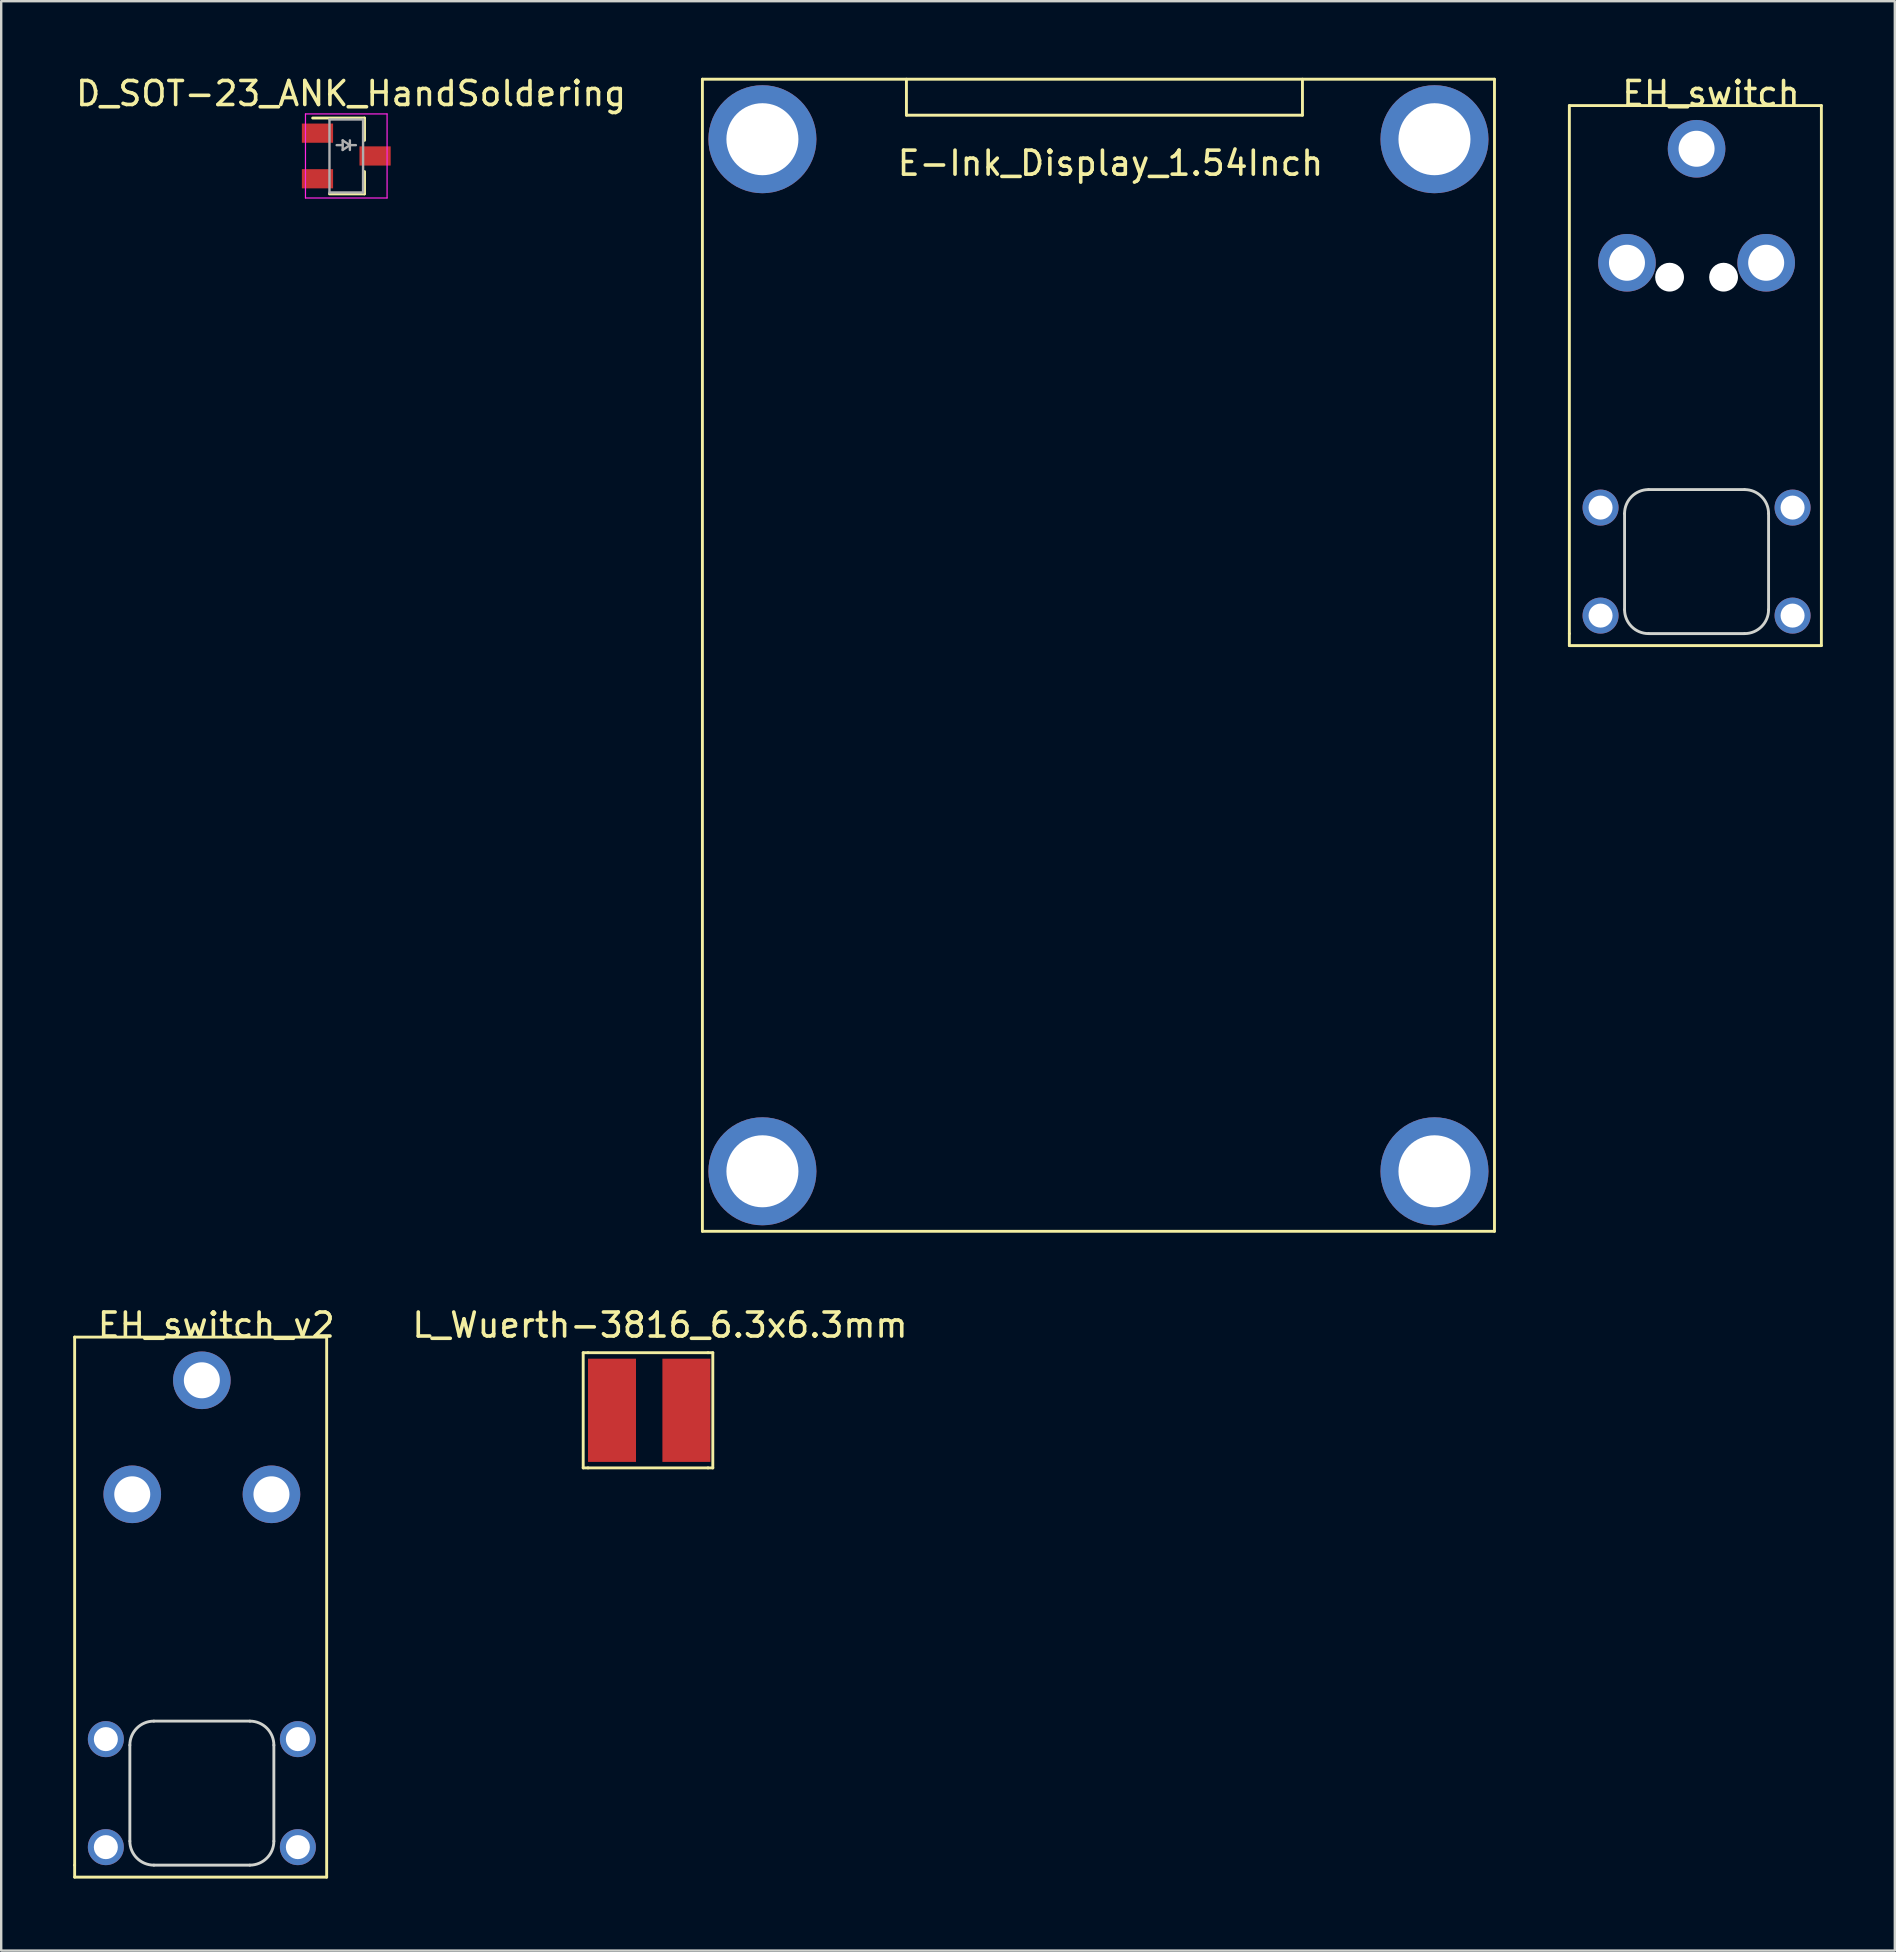
<source format=kicad_pcb>
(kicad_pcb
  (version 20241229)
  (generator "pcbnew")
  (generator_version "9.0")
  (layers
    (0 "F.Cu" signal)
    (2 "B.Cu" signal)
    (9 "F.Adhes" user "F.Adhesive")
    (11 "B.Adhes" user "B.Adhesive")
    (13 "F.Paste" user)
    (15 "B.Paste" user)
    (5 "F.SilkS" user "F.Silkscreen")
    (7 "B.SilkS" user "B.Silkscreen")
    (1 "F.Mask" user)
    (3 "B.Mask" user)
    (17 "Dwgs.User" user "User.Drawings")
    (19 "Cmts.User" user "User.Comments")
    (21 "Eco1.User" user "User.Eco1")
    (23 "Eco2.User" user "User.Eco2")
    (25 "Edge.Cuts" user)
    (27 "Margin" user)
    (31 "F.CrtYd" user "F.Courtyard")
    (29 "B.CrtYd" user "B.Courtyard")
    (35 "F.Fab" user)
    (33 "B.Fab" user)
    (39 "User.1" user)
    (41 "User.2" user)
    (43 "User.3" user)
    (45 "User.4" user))
  (footprint "E-Ink_Display_1.54Inch"
    (layer "F.Cu")
    (at 42.715 0.25)
    (property "Reference" "E-Ink_Display_1.54Inch" (at 0.5 3.5 0) (layer "F.SilkS") (effects (font (size 1 1) (thickness 0.15))))
    (attr through_hole)
    (fp_line (start -16.5 0) (end 16.5 0) (stroke (width 0.12) (type solid)) (layer "F.SilkS"))
    (fp_line (start -16.5 48) (end -16.5 0) (stroke (width 0.12) (type solid)) (layer "F.SilkS"))
    (fp_line (start -8 1.5) (end -8 0) (stroke (width 0.12) (type solid)) (layer "F.SilkS"))
    (fp_line (start 8.5 0) (end 8.5 1.5) (stroke (width 0.12) (type solid)) (layer "F.SilkS"))
    (fp_line (start 8.5 1.5) (end -8 1.5) (stroke (width 0.12) (type solid)) (layer "F.SilkS"))
    (fp_line (start 16.5 0) (end 16.5 48) (stroke (width 0.12) (type solid)) (layer "F.SilkS"))
    (fp_line (start 16.5 48) (end -16.5 48) (stroke (width 0.12) (type solid)) (layer "F.SilkS"))
    (pad "" thru_hole circle (at -14 2.5) (size 4.5 4.5) (drill 3) (layers "*.Cu" "*.Mask"))
    (pad "" thru_hole circle (at -14 45.5) (size 4.5 4.5) (drill 3) (layers "*.Cu" "*.Mask"))
    (pad "" thru_hole circle (at 14 2.5) (size 4.5 4.5) (drill 3) (layers "*.Cu" "*.Mask"))
    (pad "" thru_hole circle (at 14 45.5) (size 4.5 4.5) (drill 3) (layers "*.Cu" "*.Mask")))
  (footprint "EH_switch_v2"
    (layer "F.Cu")
    (at 5.56 55.658)
    (property "Reference" "EH_switch_v2" (at 0.4 -3.5 0) (layer "F.SilkS") (effects (font (size 1 1) (thickness 0.15))))
    (attr through_hole)
    (fp_line (start -5.5 -3) (end 5 -3) (stroke (width 0.12) (type solid)) (layer "F.SilkS"))
    (fp_line (start -5.5 19) (end -5.5 -3) (stroke (width 0.12) (type solid)) (layer "F.SilkS"))
    (fp_line (start -5.5 19.5) (end -5.5 19) (stroke (width 0.12) (type solid)) (layer "F.SilkS"))
    (fp_line (start 5 -3) (end 5 19.5) (stroke (width 0.12) (type solid)) (layer "F.SilkS"))
    (fp_line (start 5 19.5) (end -5.5 19.5) (stroke (width 0.12) (type solid)) (layer "F.SilkS"))
    (fp_line (start -3.2 14) (end -3.2 18) (stroke (width 0.12) (type solid)) (layer "Edge.Cuts"))
    (fp_line (start -2.2 19) (end 1.8 19) (stroke (width 0.12) (type solid)) (layer "Edge.Cuts"))
    (fp_line (start 1.8 13) (end -2.2 13) (stroke (width 0.12) (type solid)) (layer "Edge.Cuts"))
    (fp_line (start 2.8 18) (end 2.8 14) (stroke (width 0.12) (type solid)) (layer "Edge.Cuts"))
    (fp_arc (start -3.2 14) (mid -2.907107 13.292893) (end -2.2 13) (stroke (width 0.12) (type solid)) (layer "Edge.Cuts"))
    (fp_arc (start -2.2 19) (mid -2.907107 18.707107) (end -3.2 18) (stroke (width 0.12) (type solid)) (layer "Edge.Cuts"))
    (fp_arc (start 1.8 13) (mid 2.507107 13.292893) (end 2.8 14) (stroke (width 0.12) (type solid)) (layer "Edge.Cuts"))
    (fp_arc (start 2.8 18) (mid 2.507107 18.707107) (end 1.8 19) (stroke (width 0.12) (type solid)) (layer "Edge.Cuts"))
    (pad "1" thru_hole circle (at 2.7 3.55) (size 2.4 2.4) (drill 1.5) (layers "*.Cu" "*.Mask"))
    (pad "2" thru_hole circle (at -3.1 3.55) (size 2.4 2.4) (drill 1.5) (layers "*.Cu" "*.Mask"))
    (pad "3" thru_hole circle (at -0.2 -1.2) (size 2.4 2.4) (drill 1.5) (layers "*.Cu" "*.Mask"))
    (pad "4" thru_hole circle (at -4.2 18.25) (size 1.5 1.5) (drill 1) (layers "*.Cu" "*.Mask"))
    (pad "5" thru_hole circle (at 3.8 18.25) (size 1.5 1.5) (drill 1) (layers "*.Cu" "*.Mask"))
    (pad "6" thru_hole circle (at -4.2 13.75) (size 1.5 1.5) (drill 1) (layers "*.Cu" "*.Mask"))
    (pad "7" thru_hole circle (at 3.8 13.75) (size 1.5 1.5) (drill 1) (layers "*.Cu" "*.Mask")))
  (footprint "EH_switch"
    (layer "F.Cu")
    (at 67.835 4.348)
    (property "Reference" "EH_switch" (at 0.4 -3.5 0) (layer "F.SilkS") (effects (font (size 1 1) (thickness 0.15))))
    (attr through_hole)
    (fp_line (start -5.5 -3) (end 5 -3) (stroke (width 0.12) (type solid)) (layer "F.SilkS"))
    (fp_line (start -5.5 19) (end -5.5 -3) (stroke (width 0.12) (type solid)) (layer "F.SilkS"))
    (fp_line (start -5.5 19.5) (end -5.5 19) (stroke (width 0.12) (type solid)) (layer "F.SilkS"))
    (fp_line (start 5 -3) (end 5 19.5) (stroke (width 0.12) (type solid)) (layer "F.SilkS"))
    (fp_line (start 5 19.5) (end -5.5 19.5) (stroke (width 0.12) (type solid)) (layer "F.SilkS"))
    (fp_line (start -3.2 14) (end -3.2 18) (stroke (width 0.12) (type solid)) (layer "Edge.Cuts"))
    (fp_line (start -2.2 19) (end 1.8 19) (stroke (width 0.12) (type solid)) (layer "Edge.Cuts"))
    (fp_line (start 1.8 13) (end -2.2 13) (stroke (width 0.12) (type solid)) (layer "Edge.Cuts"))
    (fp_line (start 2.8 18) (end 2.8 14) (stroke (width 0.12) (type solid)) (layer "Edge.Cuts"))
    (fp_arc (start -3.2 14) (mid -2.907107 13.292893) (end -2.2 13) (stroke (width 0.12) (type solid)) (layer "Edge.Cuts"))
    (fp_arc (start -2.2 19) (mid -2.907107 18.707107) (end -3.2 18) (stroke (width 0.12) (type solid)) (layer "Edge.Cuts"))
    (fp_arc (start 1.8 13) (mid 2.507107 13.292893) (end 2.8 14) (stroke (width 0.12) (type solid)) (layer "Edge.Cuts"))
    (fp_arc (start 2.8 18) (mid 2.507107 18.707107) (end 1.8 19) (stroke (width 0.12) (type solid)) (layer "Edge.Cuts"))
    (pad "" np_thru_hole circle (at -1.325 4.15) (size 1.2 1.2) (drill 1.2) (layers "*.Cu" "*.Mask"))
    (pad "" np_thru_hole circle (at 0.925 4.15) (size 1.2 1.2) (drill 1.2) (layers "*.Cu" "*.Mask"))
    (pad "1" thru_hole circle (at 2.7 3.55) (size 2.4 2.4) (drill 1.5) (layers "*.Cu" "*.Mask"))
    (pad "2" thru_hole circle (at -3.1 3.55) (size 2.4 2.4) (drill 1.5) (layers "*.Cu" "*.Mask"))
    (pad "3" thru_hole circle (at -0.2 -1.2) (size 2.4 2.4) (drill 1.5) (layers "*.Cu" "*.Mask"))
    (pad "4" thru_hole circle (at -4.2 18.25) (size 1.5 1.5) (drill 1) (layers "*.Cu" "*.Mask"))
    (pad "5" thru_hole circle (at 3.8 18.25) (size 1.5 1.5) (drill 1) (layers "*.Cu" "*.Mask"))
    (pad "6" thru_hole circle (at -4.2 13.75) (size 1.5 1.5) (drill 1) (layers "*.Cu" "*.Mask"))
    (pad "7" thru_hole circle (at 3.8 13.75) (size 1.5 1.5) (drill 1) (layers "*.Cu" "*.Mask")))
  (footprint "L_Wuerth-3816_6.3x6.3mm"
    (layer "F.Cu")
    (at 21.848 55.708)
    (property "Reference" "L_Wuerth-3816_6.3x6.3mm" (at 2.6 -3.55 0) (layer "F.SilkS") (effects (font (size 1 1) (thickness 0.15))))
    (attr through_hole)
    (fp_line (start -0.6 -2.4) (end -0.4 -2.4) (stroke (width 0.12) (type solid)) (layer "F.SilkS"))
    (fp_line (start -0.6 2.4) (end -0.6 -2.4) (stroke (width 0.12) (type solid)) (layer "F.SilkS"))
    (fp_line (start -0.4 -2.4) (end 4.6 -2.4) (stroke (width 0.12) (type solid)) (layer "F.SilkS"))
    (fp_line (start -0.4 2.4) (end -0.6 2.4) (stroke (width 0.12) (type solid)) (layer "F.SilkS"))
    (fp_line (start 4.6 -2.4) (end 4.8 -2.4) (stroke (width 0.12) (type solid)) (layer "F.SilkS"))
    (fp_line (start 4.6 2.4) (end -0.4 2.4) (stroke (width 0.12) (type solid)) (layer "F.SilkS"))
    (fp_line (start 4.8 -2.4) (end 4.8 2.4) (stroke (width 0.12) (type solid)) (layer "F.SilkS"))
    (fp_line (start 4.8 2.4) (end 4.6 2.4) (stroke (width 0.12) (type solid)) (layer "F.SilkS"))
    (pad "1" smd rect (at 0.6 0) (size 2 4.3) (layers "F.Cu" "F.Mask" "F.Paste"))
    (pad "2" smd rect (at 3.7 0) (size 2 4.3) (layers "F.Cu" "F.Mask" "F.Paste")))
  (footprint "D_SOT-23_ANK_HandSoldering"
    (layer "F.Cu")
    (at 11.177 3.448)
    (property "Reference" "D_SOT-23_ANK_HandSoldering" (at 0.4 -2.6 0) (layer "F.SilkS") (effects (font (size 1 1) (thickness 0.15))))
    (attr through_hole)
    (fp_line (start 0.96 -1.58) (end -1.2 -1.58) (stroke (width 0.12) (type solid)) (layer "F.SilkS"))
    (fp_line (start 0.96 -1.58) (end 0.96 -0.65) (stroke (width 0.12) (type solid)) (layer "F.SilkS"))
    (fp_line (start 0.96 1.58) (end -0.5 1.58) (stroke (width 0.12) (type solid)) (layer "F.SilkS"))
    (fp_line (start 0.96 1.58) (end 0.96 0.65) (stroke (width 0.12) (type solid)) (layer "F.SilkS"))
    (fp_line (start -1.5 -1.75) (end 1.9 -1.75) (stroke (width 0.05) (type solid)) (layer "F.CrtYd"))
    (fp_line (start -1.5 1.75) (end -1.5 -1.75) (stroke (width 0.05) (type solid)) (layer "F.CrtYd"))
    (fp_line (start 1.9 -1.75) (end 1.9 1.75) (stroke (width 0.05) (type solid)) (layer "F.CrtYd"))
    (fp_line (start 1.9 1.75) (end -1.5 1.75) (stroke (width 0.05) (type solid)) (layer "F.CrtYd"))
    (fp_line (start -0.5 -1.52) (end -0.5 1.52) (stroke (width 0.1) (type solid)) (layer "F.Fab"))
    (fp_line (start -0.5 -1.52) (end 0.9 -1.52) (stroke (width 0.1) (type solid)) (layer "F.Fab"))
    (fp_line (start -0.5 1.52) (end 0.9 1.52) (stroke (width 0.1) (type solid)) (layer "F.Fab"))
    (fp_line (start 0.05 -0.65) (end 0.05 -0.25) (stroke (width 0.1) (type solid)) (layer "F.Fab"))
    (fp_line (start 0.05 -0.45) (end -0.2 -0.45) (stroke (width 0.1) (type solid)) (layer "F.Fab"))
    (fp_line (start 0.05 -0.25) (end 0.35 -0.45) (stroke (width 0.1) (type solid)) (layer "F.Fab"))
    (fp_line (start 0.35 -0.65) (end 0.35 -0.25) (stroke (width 0.1) (type solid)) (layer "F.Fab"))
    (fp_line (start 0.35 -0.45) (end 0.05 -0.65) (stroke (width 0.1) (type solid)) (layer "F.Fab"))
    (fp_line (start 0.35 -0.45) (end 0.6 -0.45) (stroke (width 0.1) (type solid)) (layer "F.Fab"))
    (fp_line (start 0.9 -1.52) (end 0.9 1.52) (stroke (width 0.1) (type solid)) (layer "F.Fab"))
    (pad "" smd rect (at -1 0.95) (size 1.3 0.8) (layers "F.Cu" "F.Mask" "F.Paste"))
    (pad "1" smd rect (at 1.4 0) (size 1.3 0.8) (layers "F.Cu" "F.Mask" "F.Paste"))
    (pad "2" smd rect (at -1 -0.95) (size 1.3 0.8) (layers "F.Cu" "F.Mask" "F.Paste")))
  (gr_rect
    (start -3 -3)
    (end 75.895 78.218)
    (stroke (width 0.1) (type default))
    (fill no)
    (layer "Edge.Cuts")))
</source>
